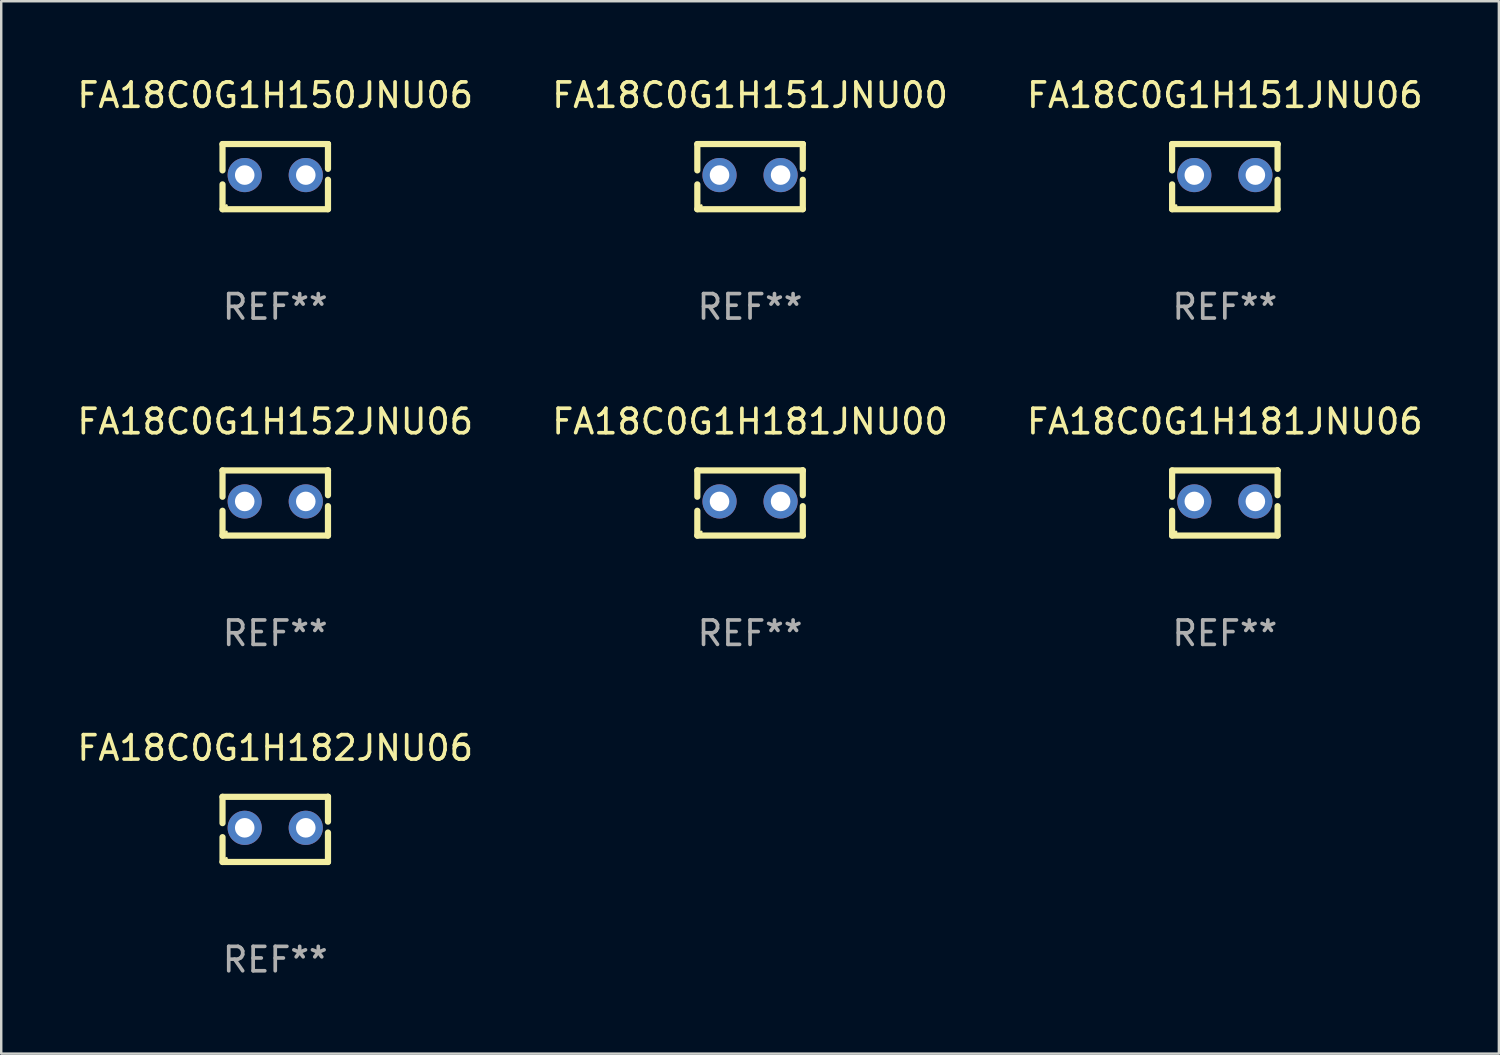
<source format=kicad_pcb>
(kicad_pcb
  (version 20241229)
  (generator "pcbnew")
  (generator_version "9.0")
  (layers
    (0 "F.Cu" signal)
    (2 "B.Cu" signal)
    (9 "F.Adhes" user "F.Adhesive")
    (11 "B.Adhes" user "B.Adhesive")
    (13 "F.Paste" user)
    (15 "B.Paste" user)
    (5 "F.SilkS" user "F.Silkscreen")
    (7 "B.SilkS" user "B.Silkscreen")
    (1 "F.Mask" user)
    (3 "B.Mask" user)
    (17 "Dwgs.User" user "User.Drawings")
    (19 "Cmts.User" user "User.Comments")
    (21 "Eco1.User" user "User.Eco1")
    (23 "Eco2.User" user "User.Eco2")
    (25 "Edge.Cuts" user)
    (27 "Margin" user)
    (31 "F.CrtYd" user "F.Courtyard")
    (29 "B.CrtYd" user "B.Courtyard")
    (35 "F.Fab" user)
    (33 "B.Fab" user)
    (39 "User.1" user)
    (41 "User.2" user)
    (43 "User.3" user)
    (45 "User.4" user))
  (footprint "FA18C0G1H151JNU06"
    (layer "F.Cu")
    (at 47.101 4.182)
    (property "Reference" "FA18C0G1H151JNU06" (at 0 -3.334 0) (layer "F.SilkS") (effects (font (size 1 1) (thickness 0.15))))
    (attr through_hole)
    (fp_line (start -2.159 -1.334) (end 2.159 -1.334) (stroke (width 0.254) (type solid)) (layer "F.SilkS"))
    (fp_line (start -2.159 -0.256) (end -2.159 -1.334) (stroke (width 0.254) (type solid)) (layer "F.SilkS"))
    (fp_line (start -2.159 1.334) (end -2.159 0.318) (stroke (width 0.254) (type solid)) (layer "F.SilkS"))
    (fp_line (start 2.159 -1.334) (end 2.159 -1.334) (stroke (width 0.254) (type solid)) (layer "F.SilkS"))
    (fp_line (start 2.159 -1.334) (end 2.159 -0.318) (stroke (width 0.254) (type solid)) (layer "F.SilkS"))
    (fp_line (start 2.159 0.129) (end 2.159 1.334) (stroke (width 0.254) (type solid)) (layer "F.SilkS"))
    (fp_line (start 2.159 1.334) (end -2.159 1.334) (stroke (width 0.254) (type solid)) (layer "F.SilkS"))
    (fp_circle (center -2 1.186) (end -1.97 1.186) (stroke (width 0.06) (type solid)) (fill no) (layer "F.SilkS"))
    (fp_text user "REF**" (at 0 5.334 0) (layer "F.Fab") (effects (font (size 1 1) (thickness 0.15))))
    (pad "1" thru_hole circle (at -1.25 -0.064) (size 1.4 1.4) (drill 0.8) (layers "*.Cu" "*.Mask"))
    (pad "2" thru_hole circle (at 1.25 -0.064) (size 1.4 1.4) (drill 0.8) (layers "*.Cu" "*.Mask")))
  (footprint "FA18C0G1H150JNU06"
    (layer "F.Cu")
    (at 8.22 4.182)
    (property "Reference" "FA18C0G1H150JNU06" (at 0 -3.334 0) (layer "F.SilkS") (effects (font (size 1 1) (thickness 0.15))))
    (attr through_hole)
    (fp_line (start -2.159 -1.334) (end 2.159 -1.334) (stroke (width 0.254) (type solid)) (layer "F.SilkS"))
    (fp_line (start -2.159 -0.256) (end -2.159 -1.334) (stroke (width 0.254) (type solid)) (layer "F.SilkS"))
    (fp_line (start -2.159 1.334) (end -2.159 0.318) (stroke (width 0.254) (type solid)) (layer "F.SilkS"))
    (fp_line (start 2.159 -1.334) (end 2.159 -1.334) (stroke (width 0.254) (type solid)) (layer "F.SilkS"))
    (fp_line (start 2.159 -1.334) (end 2.159 -0.318) (stroke (width 0.254) (type solid)) (layer "F.SilkS"))
    (fp_line (start 2.159 0.129) (end 2.159 1.334) (stroke (width 0.254) (type solid)) (layer "F.SilkS"))
    (fp_line (start 2.159 1.334) (end -2.159 1.334) (stroke (width 0.254) (type solid)) (layer "F.SilkS"))
    (fp_circle (center -2 1.186) (end -1.97 1.186) (stroke (width 0.06) (type solid)) (fill no) (layer "F.SilkS"))
    (fp_text user "REF**" (at 0 5.334 0) (layer "F.Fab") (effects (font (size 1 1) (thickness 0.15))))
    (pad "1" thru_hole circle (at -1.25 -0.064) (size 1.4 1.4) (drill 0.8) (layers "*.Cu" "*.Mask"))
    (pad "2" thru_hole circle (at 1.25 -0.064) (size 1.4 1.4) (drill 0.8) (layers "*.Cu" "*.Mask")))
  (footprint "FA18C0G1H182JNU06"
    (layer "F.Cu")
    (at 8.22 30.909)
    (property "Reference" "FA18C0G1H182JNU06" (at 0 -3.334 0) (layer "F.SilkS") (effects (font (size 1 1) (thickness 0.15))))
    (attr through_hole)
    (fp_line (start -2.159 -1.334) (end 2.159 -1.334) (stroke (width 0.254) (type solid)) (layer "F.SilkS"))
    (fp_line (start -2.159 -0.256) (end -2.159 -1.334) (stroke (width 0.254) (type solid)) (layer "F.SilkS"))
    (fp_line (start -2.159 1.334) (end -2.159 0.318) (stroke (width 0.254) (type solid)) (layer "F.SilkS"))
    (fp_line (start 2.159 -1.334) (end 2.159 -1.334) (stroke (width 0.254) (type solid)) (layer "F.SilkS"))
    (fp_line (start 2.159 -1.334) (end 2.159 -0.318) (stroke (width 0.254) (type solid)) (layer "F.SilkS"))
    (fp_line (start 2.159 0.129) (end 2.159 1.334) (stroke (width 0.254) (type solid)) (layer "F.SilkS"))
    (fp_line (start 2.159 1.334) (end -2.159 1.334) (stroke (width 0.254) (type solid)) (layer "F.SilkS"))
    (fp_circle (center -2 1.186) (end -1.97 1.186) (stroke (width 0.06) (type solid)) (fill no) (layer "F.SilkS"))
    (fp_text user "REF**" (at 0 5.334 0) (layer "F.Fab") (effects (font (size 1 1) (thickness 0.15))))
    (pad "1" thru_hole circle (at -1.25 -0.064) (size 1.4 1.4) (drill 0.8) (layers "*.Cu" "*.Mask"))
    (pad "2" thru_hole circle (at 1.25 -0.064) (size 1.4 1.4) (drill 0.8) (layers "*.Cu" "*.Mask")))
  (footprint "FA18C0G1H181JNU06"
    (layer "F.Cu")
    (at 47.101 17.545)
    (property "Reference" "FA18C0G1H181JNU06" (at 0 -3.334 0) (layer "F.SilkS") (effects (font (size 1 1) (thickness 0.15))))
    (attr through_hole)
    (fp_line (start -2.159 -1.334) (end 2.159 -1.334) (stroke (width 0.254) (type solid)) (layer "F.SilkS"))
    (fp_line (start -2.159 -0.256) (end -2.159 -1.334) (stroke (width 0.254) (type solid)) (layer "F.SilkS"))
    (fp_line (start -2.159 1.334) (end -2.159 0.318) (stroke (width 0.254) (type solid)) (layer "F.SilkS"))
    (fp_line (start 2.159 -1.334) (end 2.159 -1.334) (stroke (width 0.254) (type solid)) (layer "F.SilkS"))
    (fp_line (start 2.159 -1.334) (end 2.159 -0.318) (stroke (width 0.254) (type solid)) (layer "F.SilkS"))
    (fp_line (start 2.159 0.129) (end 2.159 1.334) (stroke (width 0.254) (type solid)) (layer "F.SilkS"))
    (fp_line (start 2.159 1.334) (end -2.159 1.334) (stroke (width 0.254) (type solid)) (layer "F.SilkS"))
    (fp_circle (center -2 1.186) (end -1.97 1.186) (stroke (width 0.06) (type solid)) (fill no) (layer "F.SilkS"))
    (fp_text user "REF**" (at 0 5.334 0) (layer "F.Fab") (effects (font (size 1 1) (thickness 0.15))))
    (pad "1" thru_hole circle (at -1.25 -0.064) (size 1.4 1.4) (drill 0.8) (layers "*.Cu" "*.Mask"))
    (pad "2" thru_hole circle (at 1.25 -0.064) (size 1.4 1.4) (drill 0.8) (layers "*.Cu" "*.Mask")))
  (footprint "FA18C0G1H151JNU00"
    (layer "F.Cu")
    (at 27.661 4.182)
    (property "Reference" "FA18C0G1H151JNU00" (at 0 -3.334 0) (layer "F.SilkS") (effects (font (size 1 1) (thickness 0.15))))
    (attr through_hole)
    (fp_line (start -2.159 -1.334) (end 2.159 -1.334) (stroke (width 0.254) (type solid)) (layer "F.SilkS"))
    (fp_line (start -2.159 -0.256) (end -2.159 -1.334) (stroke (width 0.254) (type solid)) (layer "F.SilkS"))
    (fp_line (start -2.159 1.334) (end -2.159 0.318) (stroke (width 0.254) (type solid)) (layer "F.SilkS"))
    (fp_line (start 2.159 -1.334) (end 2.159 -1.334) (stroke (width 0.254) (type solid)) (layer "F.SilkS"))
    (fp_line (start 2.159 -1.334) (end 2.159 -0.318) (stroke (width 0.254) (type solid)) (layer "F.SilkS"))
    (fp_line (start 2.159 0.129) (end 2.159 1.334) (stroke (width 0.254) (type solid)) (layer "F.SilkS"))
    (fp_line (start 2.159 1.334) (end -2.159 1.334) (stroke (width 0.254) (type solid)) (layer "F.SilkS"))
    (fp_circle (center -2 1.186) (end -1.97 1.186) (stroke (width 0.06) (type solid)) (fill no) (layer "F.SilkS"))
    (fp_text user "REF**" (at 0 5.334 0) (layer "F.Fab") (effects (font (size 1 1) (thickness 0.15))))
    (pad "1" thru_hole circle (at -1.25 -0.064) (size 1.4 1.4) (drill 0.8) (layers "*.Cu" "*.Mask"))
    (pad "2" thru_hole circle (at 1.25 -0.064) (size 1.4 1.4) (drill 0.8) (layers "*.Cu" "*.Mask")))
  (footprint "FA18C0G1H152JNU06"
    (layer "F.Cu")
    (at 8.22 17.545)
    (property "Reference" "FA18C0G1H152JNU06" (at 0 -3.334 0) (layer "F.SilkS") (effects (font (size 1 1) (thickness 0.15))))
    (attr through_hole)
    (fp_line (start -2.159 -1.334) (end 2.159 -1.334) (stroke (width 0.254) (type solid)) (layer "F.SilkS"))
    (fp_line (start -2.159 -0.256) (end -2.159 -1.334) (stroke (width 0.254) (type solid)) (layer "F.SilkS"))
    (fp_line (start -2.159 1.334) (end -2.159 0.318) (stroke (width 0.254) (type solid)) (layer "F.SilkS"))
    (fp_line (start 2.159 -1.334) (end 2.159 -1.334) (stroke (width 0.254) (type solid)) (layer "F.SilkS"))
    (fp_line (start 2.159 -1.334) (end 2.159 -0.318) (stroke (width 0.254) (type solid)) (layer "F.SilkS"))
    (fp_line (start 2.159 0.129) (end 2.159 1.334) (stroke (width 0.254) (type solid)) (layer "F.SilkS"))
    (fp_line (start 2.159 1.334) (end -2.159 1.334) (stroke (width 0.254) (type solid)) (layer "F.SilkS"))
    (fp_circle (center -2 1.186) (end -1.97 1.186) (stroke (width 0.06) (type solid)) (fill no) (layer "F.SilkS"))
    (fp_text user "REF**" (at 0 5.334 0) (layer "F.Fab") (effects (font (size 1 1) (thickness 0.15))))
    (pad "1" thru_hole circle (at -1.25 -0.064) (size 1.4 1.4) (drill 0.8) (layers "*.Cu" "*.Mask"))
    (pad "2" thru_hole circle (at 1.25 -0.064) (size 1.4 1.4) (drill 0.8) (layers "*.Cu" "*.Mask")))
  (footprint "FA18C0G1H181JNU00"
    (layer "F.Cu")
    (at 27.661 17.545)
    (property "Reference" "FA18C0G1H181JNU00" (at 0 -3.334 0) (layer "F.SilkS") (effects (font (size 1 1) (thickness 0.15))))
    (attr through_hole)
    (fp_line (start -2.159 -1.334) (end 2.159 -1.334) (stroke (width 0.254) (type solid)) (layer "F.SilkS"))
    (fp_line (start -2.159 -0.256) (end -2.159 -1.334) (stroke (width 0.254) (type solid)) (layer "F.SilkS"))
    (fp_line (start -2.159 1.334) (end -2.159 0.318) (stroke (width 0.254) (type solid)) (layer "F.SilkS"))
    (fp_line (start 2.159 -1.334) (end 2.159 -1.334) (stroke (width 0.254) (type solid)) (layer "F.SilkS"))
    (fp_line (start 2.159 -1.334) (end 2.159 -0.318) (stroke (width 0.254) (type solid)) (layer "F.SilkS"))
    (fp_line (start 2.159 0.129) (end 2.159 1.334) (stroke (width 0.254) (type solid)) (layer "F.SilkS"))
    (fp_line (start 2.159 1.334) (end -2.159 1.334) (stroke (width 0.254) (type solid)) (layer "F.SilkS"))
    (fp_circle (center -2 1.186) (end -1.97 1.186) (stroke (width 0.06) (type solid)) (fill no) (layer "F.SilkS"))
    (fp_text user "REF**" (at 0 5.334 0) (layer "F.Fab") (effects (font (size 1 1) (thickness 0.15))))
    (pad "1" thru_hole circle (at -1.25 -0.064) (size 1.4 1.4) (drill 0.8) (layers "*.Cu" "*.Mask"))
    (pad "2" thru_hole circle (at 1.25 -0.064) (size 1.4 1.4) (drill 0.8) (layers "*.Cu" "*.Mask")))
  (gr_rect
    (start -3 -3)
    (end 58.321 40.091)
    (stroke (width 0.1) (type default))
    (fill no)
    (layer "Edge.Cuts")))
</source>
